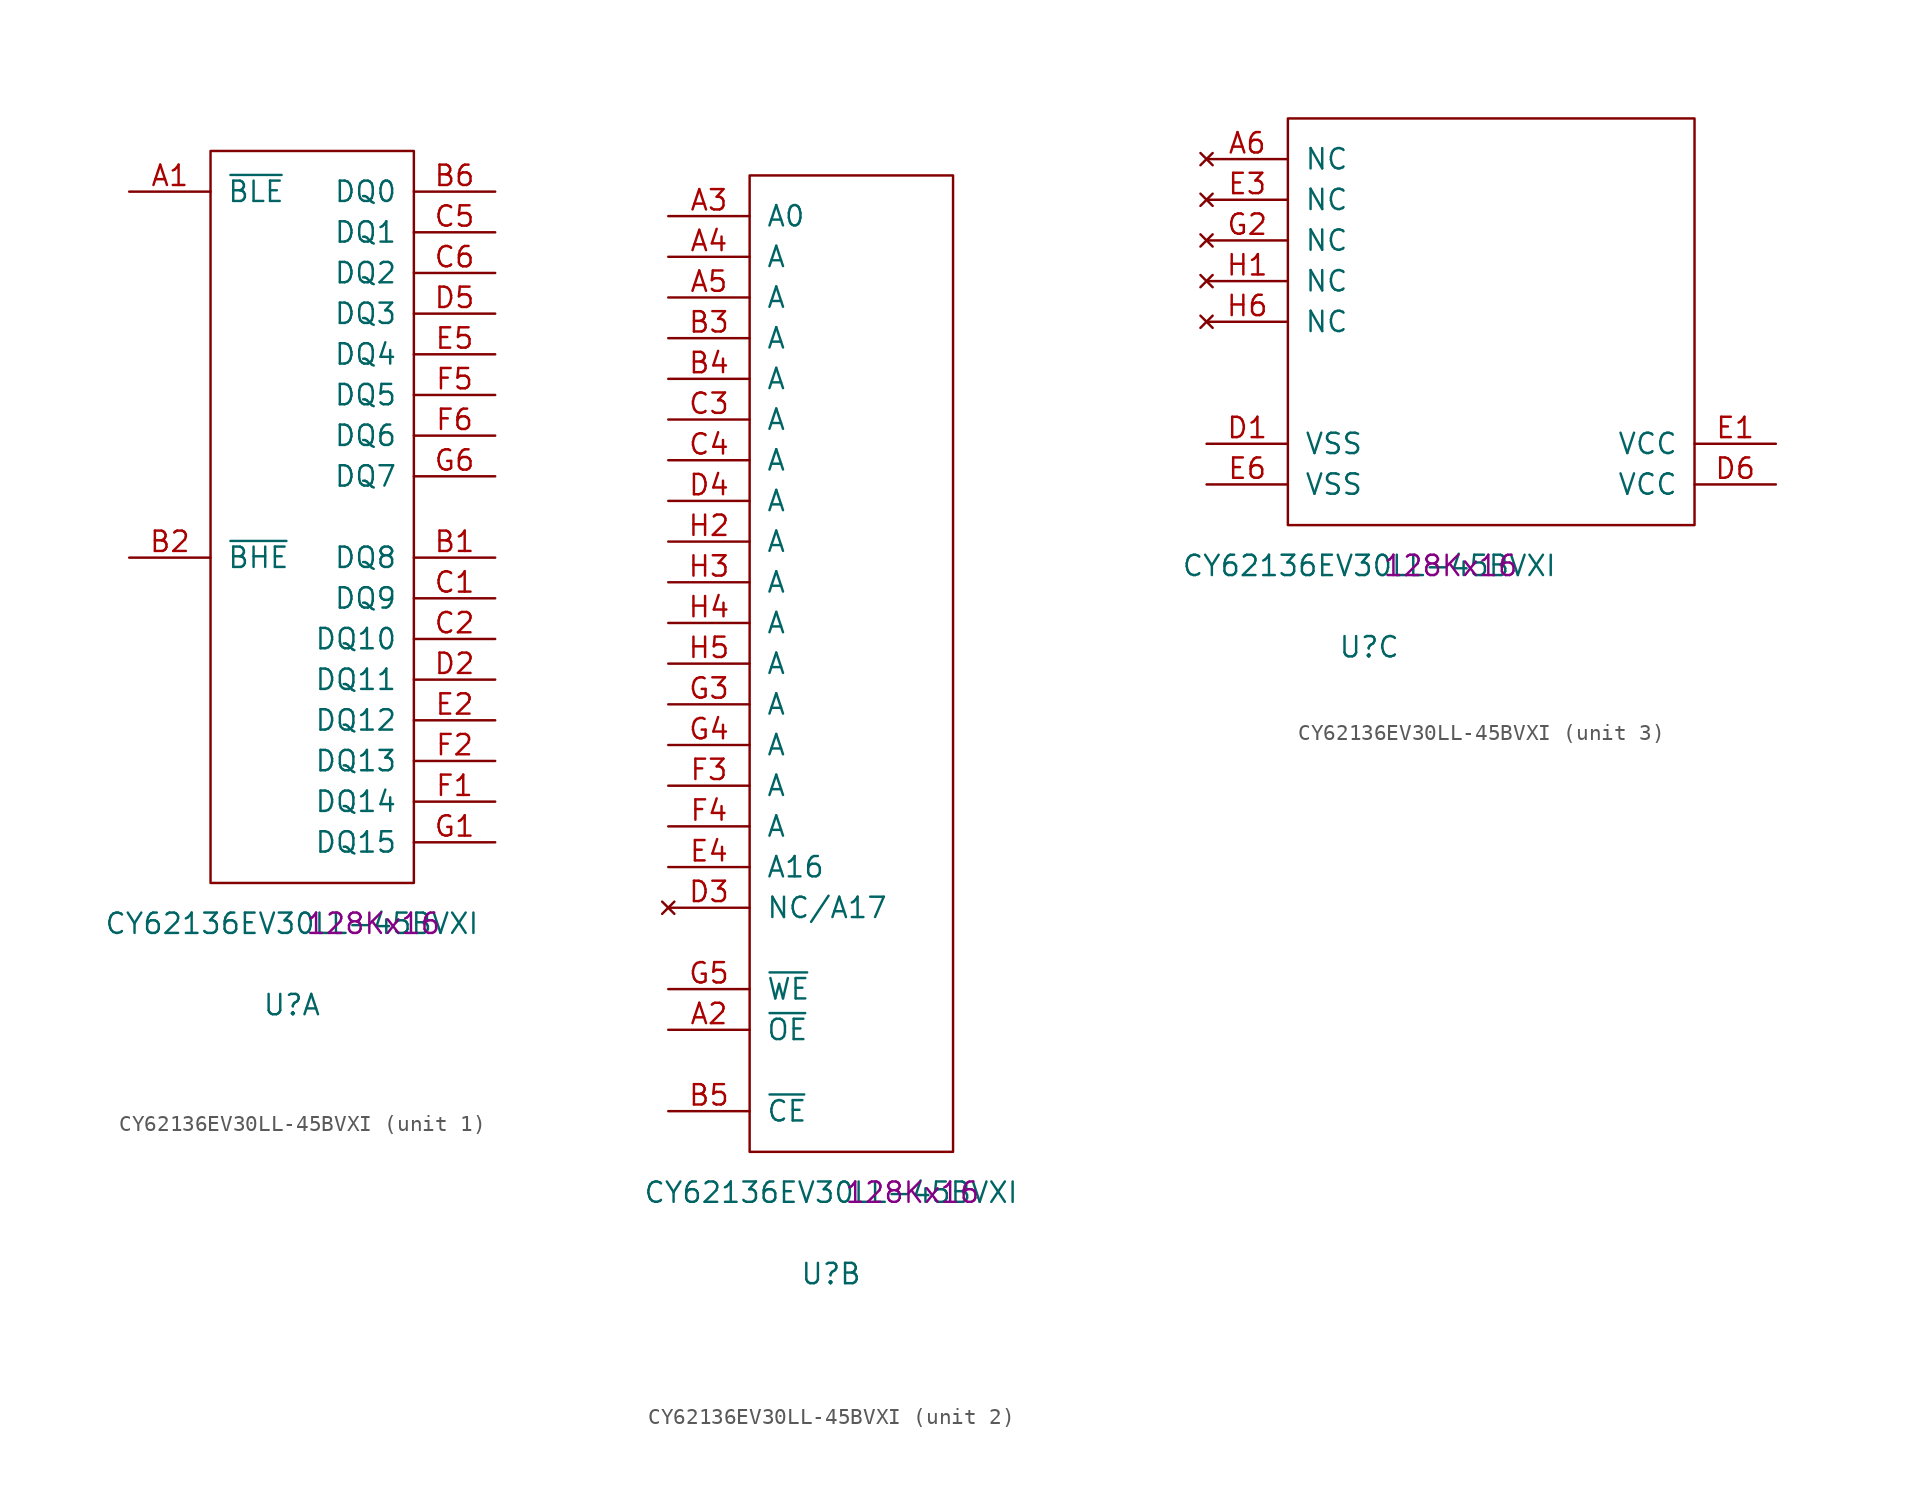
<source format=kicad_sym>
(kicad_symbol_lib
  (version 20220914)
  (generator kicad_symbol_editor)
  (symbol "CY62136EV30LL-45BVXI"
    (pin_names
      (offset 1.016))
    (property "Reference" "U"
      (at 5.08 -7.62 0)
      (effects (font (size 1.27 1.27))))
    (property "Value" "CY62136EV30LL-45BVXI"
      (at 5.08 -2.54 0)
      (effects (font (size 1.27 1.27))))
    (property "Rating" "128Kx16"
      (at 10.16 -2.54 0)
      (effects (font (size 1.27 1.27))))
    (property "ki_locked" ""
      (at 0 0 0)
      (effects (font (size 1.27 1.27))))
    (symbol "CY62136EV30LL-45BVXI_1_1"
      (rectangle (start 0 45.72) (end 12.7 0) (stroke (width 0) (type solid)) (fill (type none)))
      (pin input line (at -5.08 43.18 0) (length 5.08) (name "~{BLE}" (effects (font (size 1.27 1.27)))) (number "A1" (effects (font (size 1.27 1.27)))))
      (pin bidirectional line (at 17.78 20.32 180) (length 5.08) (name "DQ8" (effects (font (size 1.27 1.27)))) (number "B1" (effects (font (size 1.27 1.27)))))
      (pin input line (at -5.08 20.32 0) (length 5.08) (name "~{BHE}" (effects (font (size 1.27 1.27)))) (number "B2" (effects (font (size 1.27 1.27)))))
      (pin bidirectional line (at 17.78 43.18 180) (length 5.08) (name "DQ0" (effects (font (size 1.27 1.27)))) (number "B6" (effects (font (size 1.27 1.27)))))
      (pin bidirectional line (at 17.78 17.78 180) (length 5.08) (name "DQ9" (effects (font (size 1.27 1.27)))) (number "C1" (effects (font (size 1.27 1.27)))))
      (pin bidirectional line (at 17.78 15.24 180) (length 5.08) (name "DQ10" (effects (font (size 1.27 1.27)))) (number "C2" (effects (font (size 1.27 1.27)))))
      (pin bidirectional line (at 17.78 40.64 180) (length 5.08) (name "DQ1" (effects (font (size 1.27 1.27)))) (number "C5" (effects (font (size 1.27 1.27)))))
      (pin bidirectional line (at 17.78 38.1 180) (length 5.08) (name "DQ2" (effects (font (size 1.27 1.27)))) (number "C6" (effects (font (size 1.27 1.27)))))
      (pin bidirectional line (at 17.78 12.7 180) (length 5.08) (name "DQ11" (effects (font (size 1.27 1.27)))) (number "D2" (effects (font (size 1.27 1.27)))))
      (pin bidirectional line (at 17.78 35.56 180) (length 5.08) (name "DQ3" (effects (font (size 1.27 1.27)))) (number "D5" (effects (font (size 1.27 1.27)))))
      (pin bidirectional line (at 17.78 10.16 180) (length 5.08) (name "DQ12" (effects (font (size 1.27 1.27)))) (number "E2" (effects (font (size 1.27 1.27)))))
      (pin bidirectional line (at 17.78 33.02 180) (length 5.08) (name "DQ4" (effects (font (size 1.27 1.27)))) (number "E5" (effects (font (size 1.27 1.27)))))
      (pin bidirectional line (at 17.78 5.08 180) (length 5.08) (name "DQ14" (effects (font (size 1.27 1.27)))) (number "F1" (effects (font (size 1.27 1.27)))))
      (pin bidirectional line (at 17.78 7.62 180) (length 5.08) (name "DQ13" (effects (font (size 1.27 1.27)))) (number "F2" (effects (font (size 1.27 1.27)))))
      (pin bidirectional line (at 17.78 30.48 180) (length 5.08) (name "DQ5" (effects (font (size 1.27 1.27)))) (number "F5" (effects (font (size 1.27 1.27)))))
      (pin bidirectional line (at 17.78 27.94 180) (length 5.08) (name "DQ6" (effects (font (size 1.27 1.27)))) (number "F6" (effects (font (size 1.27 1.27)))))
      (pin bidirectional line (at 17.78 2.54 180) (length 5.08) (name "DQ15" (effects (font (size 1.27 1.27)))) (number "G1" (effects (font (size 1.27 1.27)))))
      (pin bidirectional line (at 17.78 25.4 180) (length 5.08) (name "DQ7" (effects (font (size 1.27 1.27)))) (number "G6" (effects (font (size 1.27 1.27))))))
    (symbol "CY62136EV30LL-45BVXI_2_1"
      (rectangle (start 0 0) (end 12.7 60.96) (stroke (width 0) (type solid)) (fill (type none)))
      (pin input line (at -5.08 7.62 0) (length 5.08) (name "~{OE}" (effects (font (size 1.27 1.27)))) (number "A2" (effects (font (size 1.27 1.27)))))
      (pin input line (at -5.08 58.42 0) (length 5.08) (name "A0" (effects (font (size 1.27 1.27)))) (number "A3" (effects (font (size 1.27 1.27)))))
      (pin input line (at -5.08 55.88 0) (length 5.08) (name "A" (effects (font (size 1.27 1.27)))) (number "A4" (effects (font (size 1.27 1.27)))))
      (pin input line (at -5.08 53.34 0) (length 5.08) (name "A" (effects (font (size 1.27 1.27)))) (number "A5" (effects (font (size 1.27 1.27)))))
      (pin input line (at -5.08 50.8 0) (length 5.08) (name "A" (effects (font (size 1.27 1.27)))) (number "B3" (effects (font (size 1.27 1.27)))))
      (pin input line (at -5.08 48.26 0) (length 5.08) (name "A" (effects (font (size 1.27 1.27)))) (number "B4" (effects (font (size 1.27 1.27)))))
      (pin input line (at -5.08 2.54 0) (length 5.08) (name "~{CE}" (effects (font (size 1.27 1.27)))) (number "B5" (effects (font (size 1.27 1.27)))))
      (pin input line (at -5.08 45.72 0) (length 5.08) (name "A" (effects (font (size 1.27 1.27)))) (number "C3" (effects (font (size 1.27 1.27)))))
      (pin input line (at -5.08 43.18 0) (length 5.08) (name "A" (effects (font (size 1.27 1.27)))) (number "C4" (effects (font (size 1.27 1.27)))))
      (pin no_connect line (at -5.08 15.24 0) (length 5.08) (name "NC/A17" (effects (font (size 1.27 1.27)))) (number "D3" (effects (font (size 1.27 1.27)))))
      (pin input line (at -5.08 40.64 0) (length 5.08) (name "A" (effects (font (size 1.27 1.27)))) (number "D4" (effects (font (size 1.27 1.27)))))
      (pin input line (at -5.08 17.78 0) (length 5.08) (name "A16" (effects (font (size 1.27 1.27)))) (number "E4" (effects (font (size 1.27 1.27)))))
      (pin input line (at -5.08 22.86 0) (length 5.08) (name "A" (effects (font (size 1.27 1.27)))) (number "F3" (effects (font (size 1.27 1.27)))))
      (pin input line (at -5.08 20.32 0) (length 5.08) (name "A" (effects (font (size 1.27 1.27)))) (number "F4" (effects (font (size 1.27 1.27)))))
      (pin input line (at -5.08 27.94 0) (length 5.08) (name "A" (effects (font (size 1.27 1.27)))) (number "G3" (effects (font (size 1.27 1.27)))))
      (pin input line (at -5.08 25.4 0) (length 5.08) (name "A" (effects (font (size 1.27 1.27)))) (number "G4" (effects (font (size 1.27 1.27)))))
      (pin input line (at -5.08 10.16 0) (length 5.08) (name "~{WE}" (effects (font (size 1.27 1.27)))) (number "G5" (effects (font (size 1.27 1.27)))))
      (pin input line (at -5.08 38.1 0) (length 5.08) (name "A" (effects (font (size 1.27 1.27)))) (number "H2" (effects (font (size 1.27 1.27)))))
      (pin input line (at -5.08 35.56 0) (length 5.08) (name "A" (effects (font (size 1.27 1.27)))) (number "H3" (effects (font (size 1.27 1.27)))))
      (pin input line (at -5.08 33.02 0) (length 5.08) (name "A" (effects (font (size 1.27 1.27)))) (number "H4" (effects (font (size 1.27 1.27)))))
      (pin input line (at -5.08 30.48 0) (length 5.08) (name "A" (effects (font (size 1.27 1.27)))) (number "H5" (effects (font (size 1.27 1.27))))))
    (symbol "CY62136EV30LL-45BVXI_3_1"
      (rectangle (start 0 0) (end 25.4 25.4) (stroke (width 0) (type solid)) (fill (type none)))
      (pin no_connect line (at -5.08 22.86 0) (length 5.08) (name "NC" (effects (font (size 1.27 1.27)))) (number "A6" (effects (font (size 1.27 1.27)))))
      (pin power_in line (at -5.08 5.08 0) (length 5.08) (name "VSS" (effects (font (size 1.27 1.27)))) (number "D1" (effects (font (size 1.27 1.27)))))
      (pin power_in line (at 30.48 2.54 180) (length 5.08) (name "VCC" (effects (font (size 1.27 1.27)))) (number "D6" (effects (font (size 1.27 1.27)))))
      (pin power_in line (at 30.48 5.08 180) (length 5.08) (name "VCC" (effects (font (size 1.27 1.27)))) (number "E1" (effects (font (size 1.27 1.27)))))
      (pin no_connect line (at -5.08 20.32 0) (length 5.08) (name "NC" (effects (font (size 1.27 1.27)))) (number "E3" (effects (font (size 1.27 1.27)))))
      (pin power_in line (at -5.08 2.54 0) (length 5.08) (name "VSS" (effects (font (size 1.27 1.27)))) (number "E6" (effects (font (size 1.27 1.27)))))
      (pin no_connect line (at -5.08 17.78 0) (length 5.08) (name "NC" (effects (font (size 1.27 1.27)))) (number "G2" (effects (font (size 1.27 1.27)))))
      (pin no_connect line (at -5.08 15.24 0) (length 5.08) (name "NC" (effects (font (size 1.27 1.27)))) (number "H1" (effects (font (size 1.27 1.27)))))
      (pin no_connect line (at -5.08 12.7 0) (length 5.08) (name "NC" (effects (font (size 1.27 1.27)))) (number "H6" (effects (font (size 1.27 1.27))))))))
</source>
